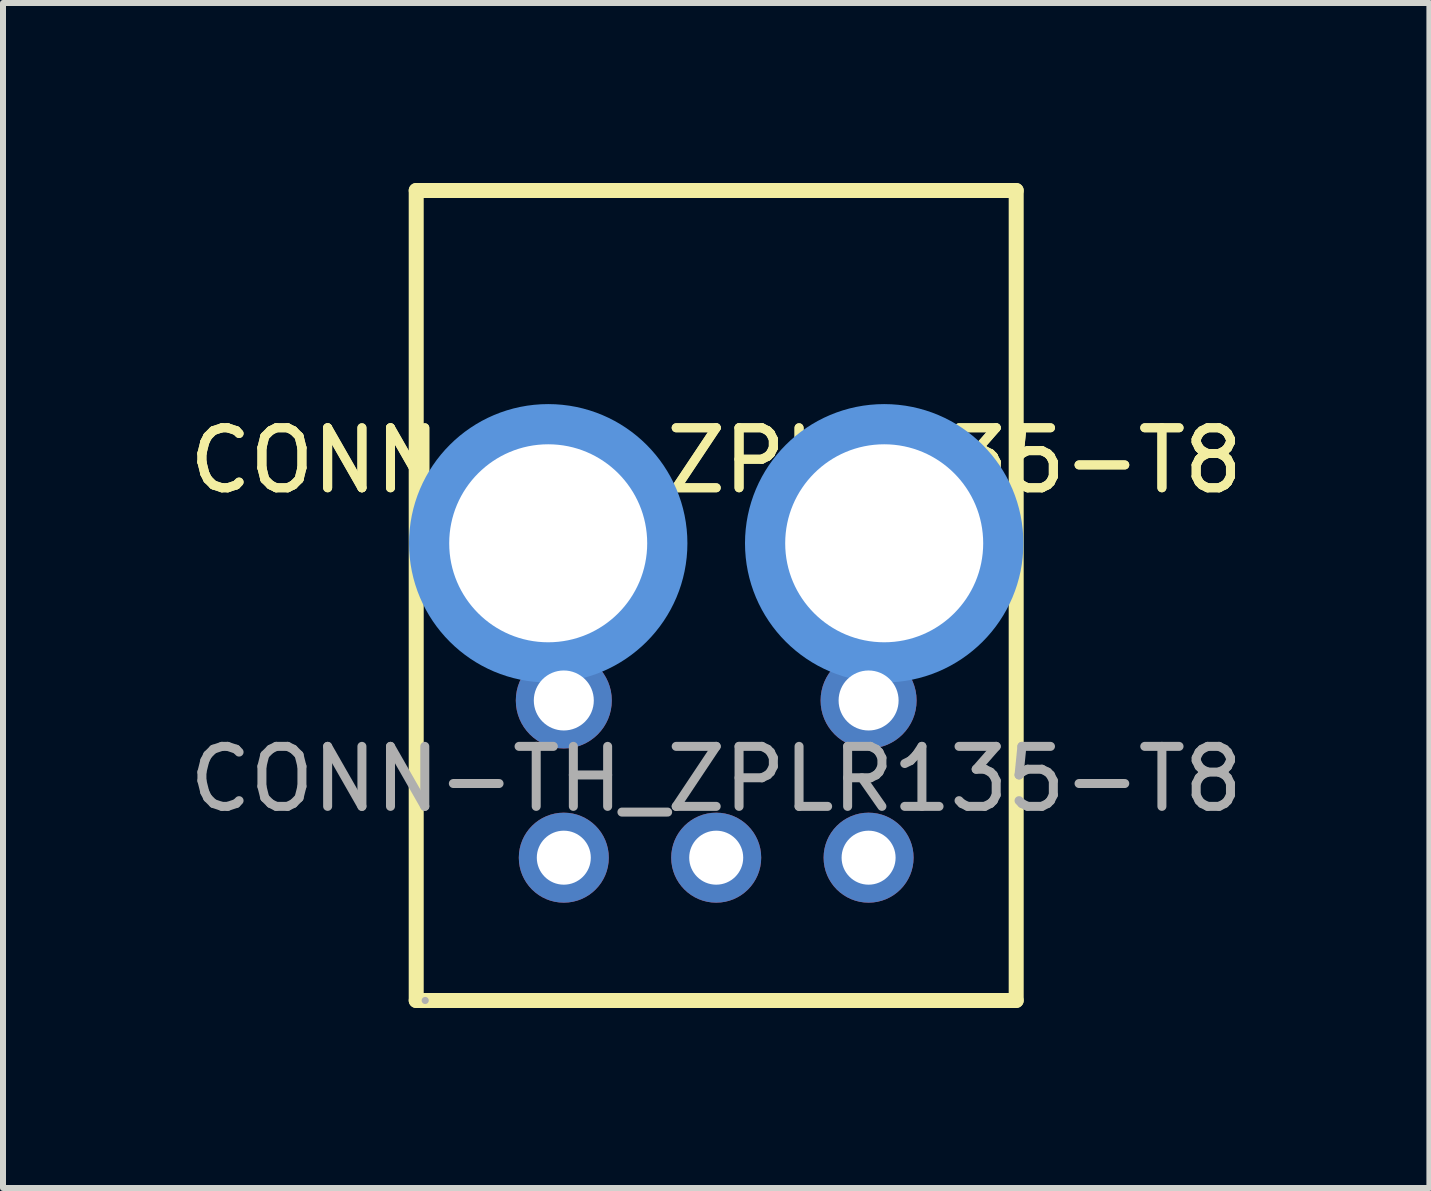
<source format=kicad_pcb>
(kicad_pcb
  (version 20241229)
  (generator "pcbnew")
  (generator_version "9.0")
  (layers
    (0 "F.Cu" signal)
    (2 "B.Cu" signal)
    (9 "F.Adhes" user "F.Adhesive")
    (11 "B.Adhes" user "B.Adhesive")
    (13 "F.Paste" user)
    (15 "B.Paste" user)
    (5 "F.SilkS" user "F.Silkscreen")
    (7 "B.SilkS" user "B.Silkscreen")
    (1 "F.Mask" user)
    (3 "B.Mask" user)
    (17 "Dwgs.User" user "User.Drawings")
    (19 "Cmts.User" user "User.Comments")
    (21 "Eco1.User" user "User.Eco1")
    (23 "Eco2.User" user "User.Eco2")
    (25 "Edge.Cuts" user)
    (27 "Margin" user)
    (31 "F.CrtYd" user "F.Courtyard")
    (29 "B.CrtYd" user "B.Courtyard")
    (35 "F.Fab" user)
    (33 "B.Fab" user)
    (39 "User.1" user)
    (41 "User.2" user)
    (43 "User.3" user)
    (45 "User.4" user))
  (footprint "CONN-TH_ZPLR135-T8"
    (layer "F.Cu")
    (at 8.887 9.935)
    (property "Reference" "CONN-TH_ZPLR135-T8" (at 0 -5.31 0) (layer "F.SilkS") (effects (font (size 1 1) (thickness 0.15))))
    (attr through_hole)
    (fp_line (start -5 -9.81) (end -5 3.69) (stroke (width 0.25) (type solid)) (layer "F.SilkS"))
    (fp_line (start -5 -9.81) (end 5 -9.81) (stroke (width 0.25) (type solid)) (layer "F.SilkS"))
    (fp_line (start -5 3.69) (end 5 3.69) (stroke (width 0.25) (type solid)) (layer "F.SilkS"))
    (fp_line (start 5 -9.81) (end 5 3.69) (stroke (width 0.25) (type solid)) (layer "F.SilkS"))
    (fp_circle (center -2.8 -3.93) (end -2.03 -3.93) (stroke (width 1.55) (type solid)) (fill no) (layer "Cmts.User"))
    (fp_circle (center 2.8 -3.93) (end 3.57 -3.93) (stroke (width 1.55) (type solid)) (fill no) (layer "Cmts.User"))
    (fp_circle (center -4.85 3.69) (end -4.82 3.69) (stroke (width 0.06) (type solid)) (fill no) (layer "F.Fab"))
    (fp_circle (center -2.54 -1.31) (end -2.38 -1.31) (stroke (width 0.32) (type solid)) (fill no) (layer "F.Fab"))
    (fp_circle (center 2.54 -1.31) (end 2.7 -1.31) (stroke (width 0.32) (type solid)) (fill no) (layer "F.Fab"))
    (fp_text user "${REFERENCE}" (at 0 -5.31 0) (layer "F.SilkS") (effects (font (size 1 1) (thickness 0.15))))
    (fp_text user "${REFERENCE}" (at 0 0 0) (layer "F.Fab") (effects (font (size 1 1) (thickness 0.15))))
    (pad "" thru_hole circle (at -2.8 -3.93) (size 3.3 3.3) (drill 3.3) (layers "*.Cu" "*.Mask"))
    (pad "" thru_hole circle (at 2.8 -3.93) (size 3.3 3.3) (drill 3.3) (layers "*.Cu" "*.Mask"))
    (pad "1" thru_hole circle (at -2.54 1.31) (size 1.5 1.5) (drill 0.9) (layers "*.Cu" "*.Mask"))
    (pad "2" thru_hole circle (at 0 1.31) (size 1.5 1.5) (drill 0.9) (layers "*.Cu" "*.Mask"))
    (pad "3" thru_hole circle (at 2.54 1.31) (size 1.5 1.5) (drill 0.9) (layers "*.Cu" "*.Mask"))
    (pad "4" thru_hole circle (at 2.54 -1.31) (size 1.6 1.6) (drill 1) (layers "*.Cu" "*.Mask"))
    (pad "5" thru_hole circle (at -2.54 -1.31) (size 1.6 1.6) (drill 1) (layers "*.Cu" "*.Mask")))
  (gr_rect
    (start -3 -3)
    (end 20.774 16.75)
    (stroke (width 0.1) (type default))
    (fill no)
    (layer "Edge.Cuts")))
</source>
